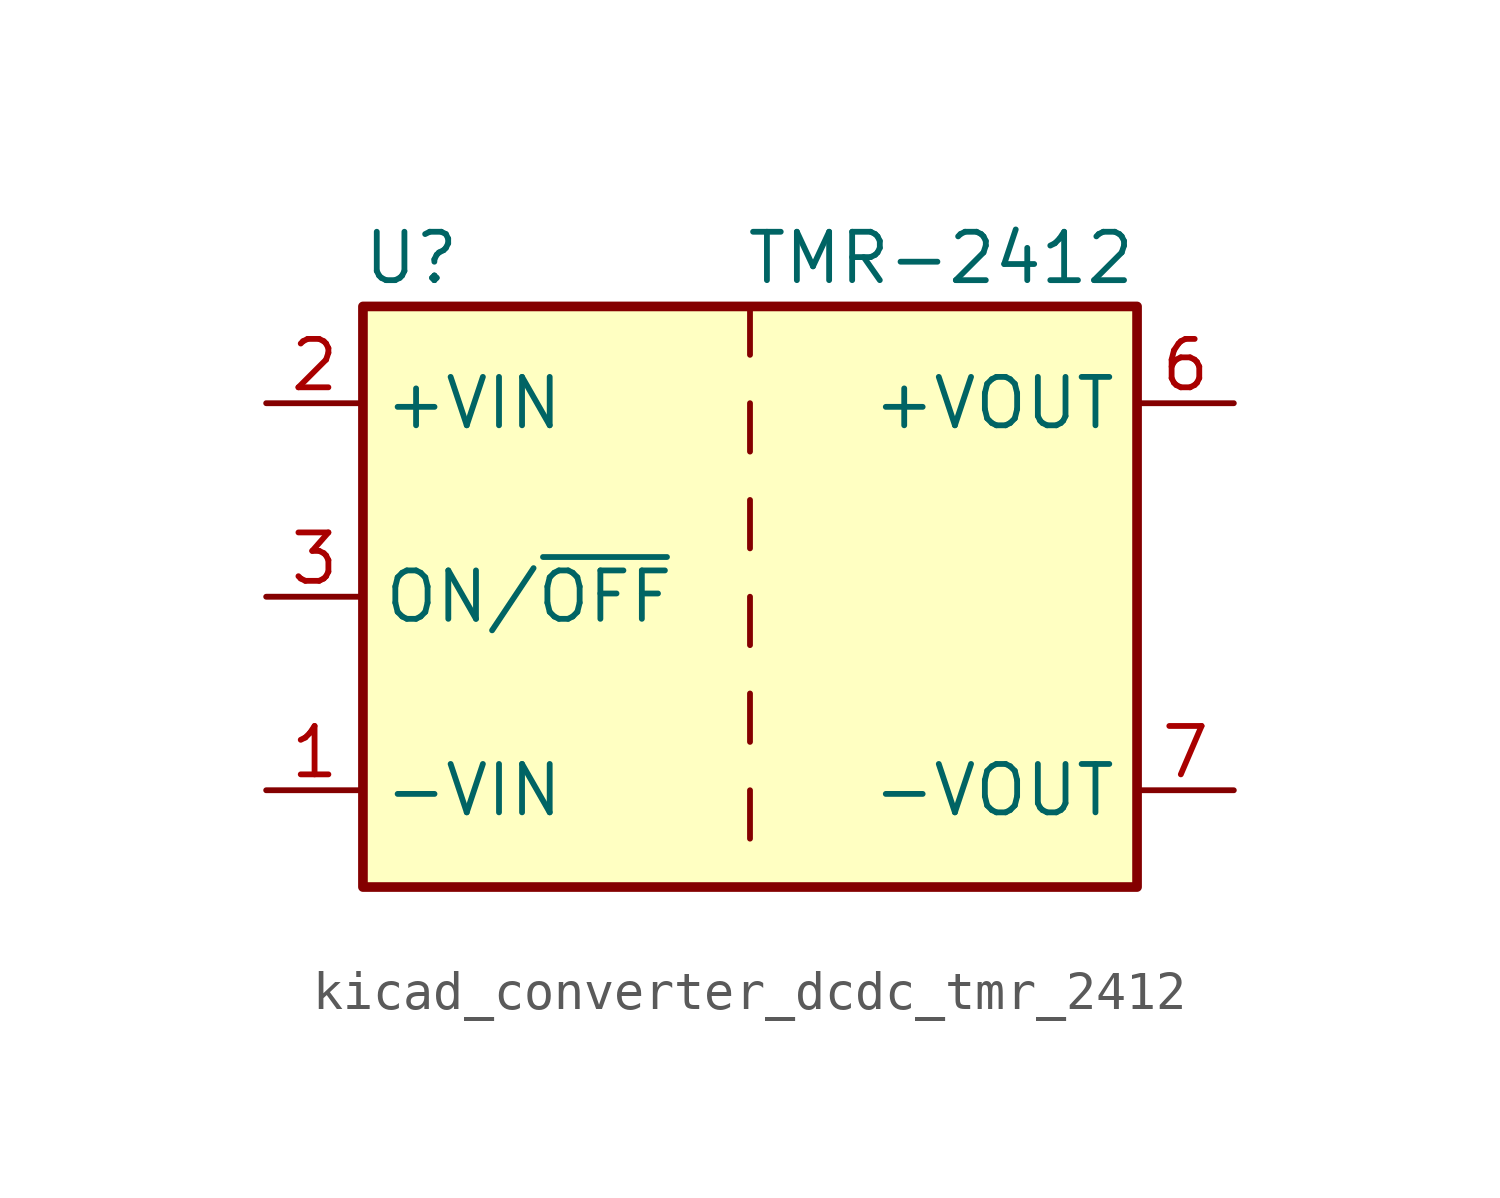
<source format=kicad_sym>
(kicad_symbol_lib
  (version 20220914)
  (generator kicad_symbol_editor)
  (symbol "kicad_converter_dcdc_tmr_2412"
    (property "Reference" "U"
      (at -8.89 8.89 0)
      (effects (font (size 1.27 1.27))))
    (property "Value" "TMR-2412"
      (at 10.16 8.89 0)
      (effects (font (size 1.27 1.27)) (justify right)))
    (symbol "kicad_converter_dcdc_tmr_2412_0_1"
      (rectangle (start -10.16 7.62) (end 10.16 -7.62) (stroke (width 0.254) (type default)) (fill (type background)))
      (polyline (pts (xy 0 -5.08) (xy 0 -6.35)) (stroke (width 0) (type default)) (fill (type none)))
      (polyline (pts (xy 0 -2.54) (xy 0 -3.81)) (stroke (width 0) (type default)) (fill (type none)))
      (polyline (pts (xy 0 0) (xy 0 -1.27)) (stroke (width 0) (type default)) (fill (type none)))
      (polyline (pts (xy 0 2.54) (xy 0 1.27)) (stroke (width 0) (type default)) (fill (type none)))
      (polyline (pts (xy 0 5.08) (xy 0 3.81)) (stroke (width 0) (type default)) (fill (type none)))
      (polyline (pts (xy 0 7.62) (xy 0 6.35)) (stroke (width 0) (type default)) (fill (type none))))
    (symbol "kicad_converter_dcdc_tmr_2412_1_1"
      (pin power_in line (at -12.7 -5.08 0) (length 2.54) (name "-VIN" (effects (font (size 1.27 1.27)))) (number "1" (effects (font (size 1.27 1.27)))))
      (pin power_in line (at -12.7 5.08 0) (length 2.54) (name "+VIN" (effects (font (size 1.27 1.27)))) (number "2" (effects (font (size 1.27 1.27)))))
      (pin input line (at -12.7 0 0) (length 2.54) (name "ON/~{OFF}" (effects (font (size 1.27 1.27)))) (number "3" (effects (font (size 1.27 1.27)))))
      (pin no_connect line (at 10.16 2.54 180) (length 2.54) hide (name "NC" (effects (font (size 1.27 1.27)))) (number "5" (effects (font (size 1.27 1.27)))))
      (pin power_out line (at 12.7 5.08 180) (length 2.54) (name "+VOUT" (effects (font (size 1.27 1.27)))) (number "6" (effects (font (size 1.27 1.27)))))
      (pin power_out line (at 12.7 -5.08 180) (length 2.54) (name "-VOUT" (effects (font (size 1.27 1.27)))) (number "7" (effects (font (size 1.27 1.27)))))
      (pin no_connect line (at 10.16 0 180) (length 2.54) hide (name "NC" (effects (font (size 1.27 1.27)))) (number "8" (effects (font (size 1.27 1.27))))))))
</source>
